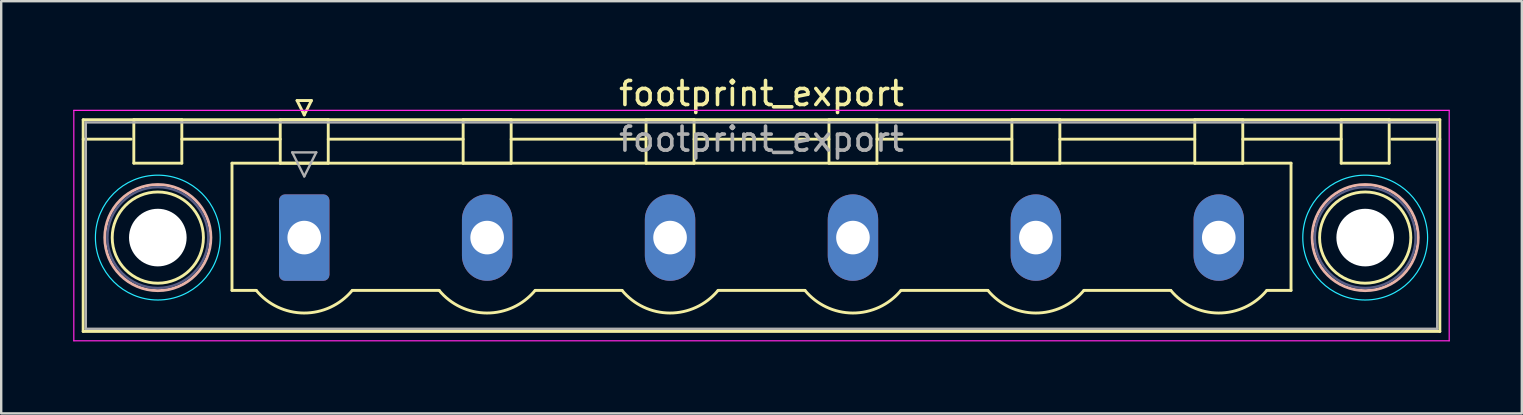
<source format=kicad_pcb>
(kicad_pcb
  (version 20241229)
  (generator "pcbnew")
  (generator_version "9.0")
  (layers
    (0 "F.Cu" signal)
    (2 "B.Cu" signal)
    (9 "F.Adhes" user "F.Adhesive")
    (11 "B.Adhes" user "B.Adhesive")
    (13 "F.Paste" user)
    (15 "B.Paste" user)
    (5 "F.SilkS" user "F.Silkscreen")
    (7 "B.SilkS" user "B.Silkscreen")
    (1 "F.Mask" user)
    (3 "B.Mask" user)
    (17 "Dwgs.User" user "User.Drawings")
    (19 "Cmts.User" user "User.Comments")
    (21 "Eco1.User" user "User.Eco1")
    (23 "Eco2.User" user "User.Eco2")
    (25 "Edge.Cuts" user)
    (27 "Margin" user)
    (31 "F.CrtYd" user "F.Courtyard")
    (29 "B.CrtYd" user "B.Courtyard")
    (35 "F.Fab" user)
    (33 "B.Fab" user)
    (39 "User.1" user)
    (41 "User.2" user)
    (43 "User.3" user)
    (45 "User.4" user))
  (footprint "footprint_export"
    (layer "F.Cu")
    (at 9.625 6.848)
    (property "Reference" "footprint_export" (at 19.05 -6 0) (layer "F.SilkS") (effects (font (size 1 1) (thickness 0.15))))
    (attr through_hole)
    (fp_line (start -9.21 -4.91) (end -9.21 3.91) (stroke (width 0.12) (type solid)) (layer "F.SilkS"))
    (fp_line (start -9.21 -4.1) (end -7.21 -4.1) (stroke (width 0.12) (type solid)) (layer "F.SilkS"))
    (fp_line (start -9.21 3.91) (end 47.31 3.91) (stroke (width 0.12) (type solid)) (layer "F.SilkS"))
    (fp_line (start -7.1 -4.91) (end -5.1 -4.91) (stroke (width 0.12) (type solid)) (layer "F.SilkS"))
    (fp_line (start -7.1 -3.1) (end -7.1 -4.91) (stroke (width 0.12) (type solid)) (layer "F.SilkS"))
    (fp_line (start -5.1 -4.91) (end -5.1 -3.1) (stroke (width 0.12) (type solid)) (layer "F.SilkS"))
    (fp_line (start -5.1 -4.1) (end -1 -4.1) (stroke (width 0.12) (type solid)) (layer "F.SilkS"))
    (fp_line (start -5.1 -3.1) (end -7.1 -3.1) (stroke (width 0.12) (type solid)) (layer "F.SilkS"))
    (fp_line (start -3.01 -3.1) (end 41.11 -3.1) (stroke (width 0.12) (type solid)) (layer "F.SilkS"))
    (fp_line (start -3.01 2.2) (end -3.01 -3.1) (stroke (width 0.12) (type solid)) (layer "F.SilkS"))
    (fp_line (start -2 2.2) (end -3.01 2.2) (stroke (width 0.12) (type solid)) (layer "F.SilkS"))
    (fp_line (start -1 -4.91) (end 1 -4.91) (stroke (width 0.12) (type solid)) (layer "F.SilkS"))
    (fp_line (start -1 -3.1) (end -1 -4.91) (stroke (width 0.12) (type solid)) (layer "F.SilkS"))
    (fp_line (start -0.3 -5.71) (end 0.3 -5.71) (stroke (width 0.12) (type solid)) (layer "F.SilkS"))
    (fp_line (start 0 -5.11) (end -0.3 -5.71) (stroke (width 0.12) (type solid)) (layer "F.SilkS"))
    (fp_line (start 0.3 -5.71) (end 0 -5.11) (stroke (width 0.12) (type solid)) (layer "F.SilkS"))
    (fp_line (start 1 -4.91) (end 1 -3.1) (stroke (width 0.12) (type solid)) (layer "F.SilkS"))
    (fp_line (start 1 -4.1) (end 6.62 -4.1) (stroke (width 0.12) (type solid)) (layer "F.SilkS"))
    (fp_line (start 1 -3.1) (end -1 -3.1) (stroke (width 0.12) (type solid)) (layer "F.SilkS"))
    (fp_line (start 2 2.2) (end 5.62 2.2) (stroke (width 0.12) (type solid)) (layer "F.SilkS"))
    (fp_line (start 6.62 -4.91) (end 8.62 -4.91) (stroke (width 0.12) (type solid)) (layer "F.SilkS"))
    (fp_line (start 6.62 -3.1) (end 6.62 -4.91) (stroke (width 0.12) (type solid)) (layer "F.SilkS"))
    (fp_line (start 8.62 -4.91) (end 8.62 -3.1) (stroke (width 0.12) (type solid)) (layer "F.SilkS"))
    (fp_line (start 8.62 -4.1) (end 14.24 -4.1) (stroke (width 0.12) (type solid)) (layer "F.SilkS"))
    (fp_line (start 8.62 -3.1) (end 6.62 -3.1) (stroke (width 0.12) (type solid)) (layer "F.SilkS"))
    (fp_line (start 9.62 2.2) (end 13.24 2.2) (stroke (width 0.12) (type solid)) (layer "F.SilkS"))
    (fp_line (start 14.24 -4.91) (end 16.24 -4.91) (stroke (width 0.12) (type solid)) (layer "F.SilkS"))
    (fp_line (start 14.24 -3.1) (end 14.24 -4.91) (stroke (width 0.12) (type solid)) (layer "F.SilkS"))
    (fp_line (start 16.24 -4.91) (end 16.24 -3.1) (stroke (width 0.12) (type solid)) (layer "F.SilkS"))
    (fp_line (start 16.24 -4.1) (end 21.86 -4.1) (stroke (width 0.12) (type solid)) (layer "F.SilkS"))
    (fp_line (start 16.24 -3.1) (end 14.24 -3.1) (stroke (width 0.12) (type solid)) (layer "F.SilkS"))
    (fp_line (start 17.24 2.2) (end 20.86 2.2) (stroke (width 0.12) (type solid)) (layer "F.SilkS"))
    (fp_line (start 21.86 -4.91) (end 23.86 -4.91) (stroke (width 0.12) (type solid)) (layer "F.SilkS"))
    (fp_line (start 21.86 -3.1) (end 21.86 -4.91) (stroke (width 0.12) (type solid)) (layer "F.SilkS"))
    (fp_line (start 23.86 -4.91) (end 23.86 -3.1) (stroke (width 0.12) (type solid)) (layer "F.SilkS"))
    (fp_line (start 23.86 -4.1) (end 29.48 -4.1) (stroke (width 0.12) (type solid)) (layer "F.SilkS"))
    (fp_line (start 23.86 -3.1) (end 21.86 -3.1) (stroke (width 0.12) (type solid)) (layer "F.SilkS"))
    (fp_line (start 24.86 2.2) (end 28.48 2.2) (stroke (width 0.12) (type solid)) (layer "F.SilkS"))
    (fp_line (start 29.48 -4.91) (end 31.48 -4.91) (stroke (width 0.12) (type solid)) (layer "F.SilkS"))
    (fp_line (start 29.48 -3.1) (end 29.48 -4.91) (stroke (width 0.12) (type solid)) (layer "F.SilkS"))
    (fp_line (start 31.48 -4.91) (end 31.48 -3.1) (stroke (width 0.12) (type solid)) (layer "F.SilkS"))
    (fp_line (start 31.48 -4.1) (end 37.1 -4.1) (stroke (width 0.12) (type solid)) (layer "F.SilkS"))
    (fp_line (start 31.48 -3.1) (end 29.48 -3.1) (stroke (width 0.12) (type solid)) (layer "F.SilkS"))
    (fp_line (start 32.48 2.2) (end 36.1 2.2) (stroke (width 0.12) (type solid)) (layer "F.SilkS"))
    (fp_line (start 37.1 -4.91) (end 39.1 -4.91) (stroke (width 0.12) (type solid)) (layer "F.SilkS"))
    (fp_line (start 37.1 -3.1) (end 37.1 -4.91) (stroke (width 0.12) (type solid)) (layer "F.SilkS"))
    (fp_line (start 39.1 -4.91) (end 39.1 -3.1) (stroke (width 0.12) (type solid)) (layer "F.SilkS"))
    (fp_line (start 39.1 -4.1) (end 43.2 -4.1) (stroke (width 0.12) (type solid)) (layer "F.SilkS"))
    (fp_line (start 39.1 -3.1) (end 37.1 -3.1) (stroke (width 0.12) (type solid)) (layer "F.SilkS"))
    (fp_line (start 41.11 -3.1) (end 41.11 2.2) (stroke (width 0.12) (type solid)) (layer "F.SilkS"))
    (fp_line (start 41.11 2.2) (end 40.1 2.2) (stroke (width 0.12) (type solid)) (layer "F.SilkS"))
    (fp_line (start 43.2 -4.91) (end 45.2 -4.91) (stroke (width 0.12) (type solid)) (layer "F.SilkS"))
    (fp_line (start 43.2 -3.1) (end 43.2 -4.91) (stroke (width 0.12) (type solid)) (layer "F.SilkS"))
    (fp_line (start 45.2 -4.91) (end 45.2 -3.1) (stroke (width 0.12) (type solid)) (layer "F.SilkS"))
    (fp_line (start 45.2 -3.1) (end 43.2 -3.1) (stroke (width 0.12) (type solid)) (layer "F.SilkS"))
    (fp_line (start 47.31 -4.91) (end -9.21 -4.91) (stroke (width 0.12) (type solid)) (layer "F.SilkS"))
    (fp_line (start 47.31 -4.1) (end 45.31 -4.1) (stroke (width 0.12) (type solid)) (layer "F.SilkS"))
    (fp_line (start 47.31 3.91) (end 47.31 -4.91) (stroke (width 0.12) (type solid)) (layer "F.SilkS"))
    (fp_arc (start 1.986842 2.215821) (mid -0.010289 3.142758) (end -2 2.2) (stroke (width 0.12) (type solid)) (layer "F.SilkS"))
    (fp_arc (start 9.606842 2.215821) (mid 7.609711 3.142758) (end 5.62 2.2) (stroke (width 0.12) (type solid)) (layer "F.SilkS"))
    (fp_arc (start 17.226842 2.215821) (mid 15.229711 3.142758) (end 13.24 2.2) (stroke (width 0.12) (type solid)) (layer "F.SilkS"))
    (fp_arc (start 24.846842 2.215821) (mid 22.849711 3.142758) (end 20.86 2.2) (stroke (width 0.12) (type solid)) (layer "F.SilkS"))
    (fp_arc (start 32.466842 2.215821) (mid 30.469711 3.142758) (end 28.48 2.2) (stroke (width 0.12) (type solid)) (layer "F.SilkS"))
    (fp_arc (start 40.086842 2.215821) (mid 38.089711 3.142758) (end 36.1 2.2) (stroke (width 0.12) (type solid)) (layer "F.SilkS"))
    (fp_circle (center -6.1 0) (end -4.2 0) (stroke (width 0.12) (type solid)) (fill no) (layer "F.SilkS"))
    (fp_circle (center 44.2 0) (end 46.1 0) (stroke (width 0.12) (type solid)) (fill no) (layer "F.SilkS"))
    (fp_circle (center -6.1 0) (end -3.89 0) (stroke (width 0.12) (type solid)) (fill no) (layer "B.SilkS"))
    (fp_circle (center 44.2 0) (end 46.41 0) (stroke (width 0.12) (type solid)) (fill no) (layer "B.SilkS"))
    (fp_circle (center -6.1 0) (end -3.5 0) (stroke (width 0.05) (type solid)) (fill no) (layer "B.CrtYd"))
    (fp_circle (center 44.2 0) (end 46.8 0) (stroke (width 0.05) (type solid)) (fill no) (layer "B.CrtYd"))
    (fp_line (start -9.6 -5.3) (end -9.6 4.3) (stroke (width 0.05) (type solid)) (layer "F.CrtYd"))
    (fp_line (start -9.6 4.3) (end 47.7 4.3) (stroke (width 0.05) (type solid)) (layer "F.CrtYd"))
    (fp_line (start 47.7 -5.3) (end -9.6 -5.3) (stroke (width 0.05) (type solid)) (layer "F.CrtYd"))
    (fp_line (start 47.7 4.3) (end 47.7 -5.3) (stroke (width 0.05) (type solid)) (layer "F.CrtYd"))
    (fp_circle (center -6.1 0) (end -4 0) (stroke (width 0.1) (type solid)) (fill no) (layer "B.Fab"))
    (fp_circle (center 44.2 0) (end 46.3 0) (stroke (width 0.1) (type solid)) (fill no) (layer "B.Fab"))
    (fp_line (start -9.1 -4.8) (end -9.1 3.8) (stroke (width 0.1) (type solid)) (layer "F.Fab"))
    (fp_line (start -9.1 3.8) (end 47.2 3.8) (stroke (width 0.1) (type solid)) (layer "F.Fab"))
    (fp_line (start -0.5 -3.55) (end 0.5 -3.55) (stroke (width 0.1) (type solid)) (layer "F.Fab"))
    (fp_line (start 0 -2.55) (end -0.5 -3.55) (stroke (width 0.1) (type solid)) (layer "F.Fab"))
    (fp_line (start 0.5 -3.55) (end 0 -2.55) (stroke (width 0.1) (type solid)) (layer "F.Fab"))
    (fp_line (start 47.2 -4.8) (end -9.1 -4.8) (stroke (width 0.1) (type solid)) (layer "F.Fab"))
    (fp_line (start 47.2 3.8) (end 47.2 -4.8) (stroke (width 0.1) (type solid)) (layer "F.Fab"))
    (fp_text user "${REFERENCE}" (at 19.05 -4.1 0) (layer "F.Fab") (effects (font (size 1 1) (thickness 0.15))))
    (pad "" np_thru_hole circle (at -6.1 0) (size 2.4 2.4) (drill 2.4) (layers "*.Cu" "*.Mask"))
    (pad "" np_thru_hole circle (at 44.2 0) (size 2.4 2.4) (drill 2.4) (layers "*.Cu" "*.Mask"))
    (pad "1" thru_hole roundrect (at 0 0) (size 2.1 3.6) (drill 1.4) (layers "*.Cu" "*.Mask") (roundrect_rratio 0.119))
    (pad "2" thru_hole oval (at 7.62 0) (size 2.1 3.6) (drill 1.4) (layers "*.Cu" "*.Mask"))
    (pad "3" thru_hole oval (at 15.24 0) (size 2.1 3.6) (drill 1.4) (layers "*.Cu" "*.Mask"))
    (pad "4" thru_hole oval (at 22.86 0) (size 2.1 3.6) (drill 1.4) (layers "*.Cu" "*.Mask"))
    (pad "5" thru_hole oval (at 30.48 0) (size 2.1 3.6) (drill 1.4) (layers "*.Cu" "*.Mask"))
    (pad "6" thru_hole oval (at 38.1 0) (size 2.1 3.6) (drill 1.4) (layers "*.Cu" "*.Mask")))
  (gr_rect
    (start -3 -3)
    (end 60.35 14.173)
    (stroke (width 0.1) (type default))
    (fill no)
    (layer "Edge.Cuts")))
</source>
